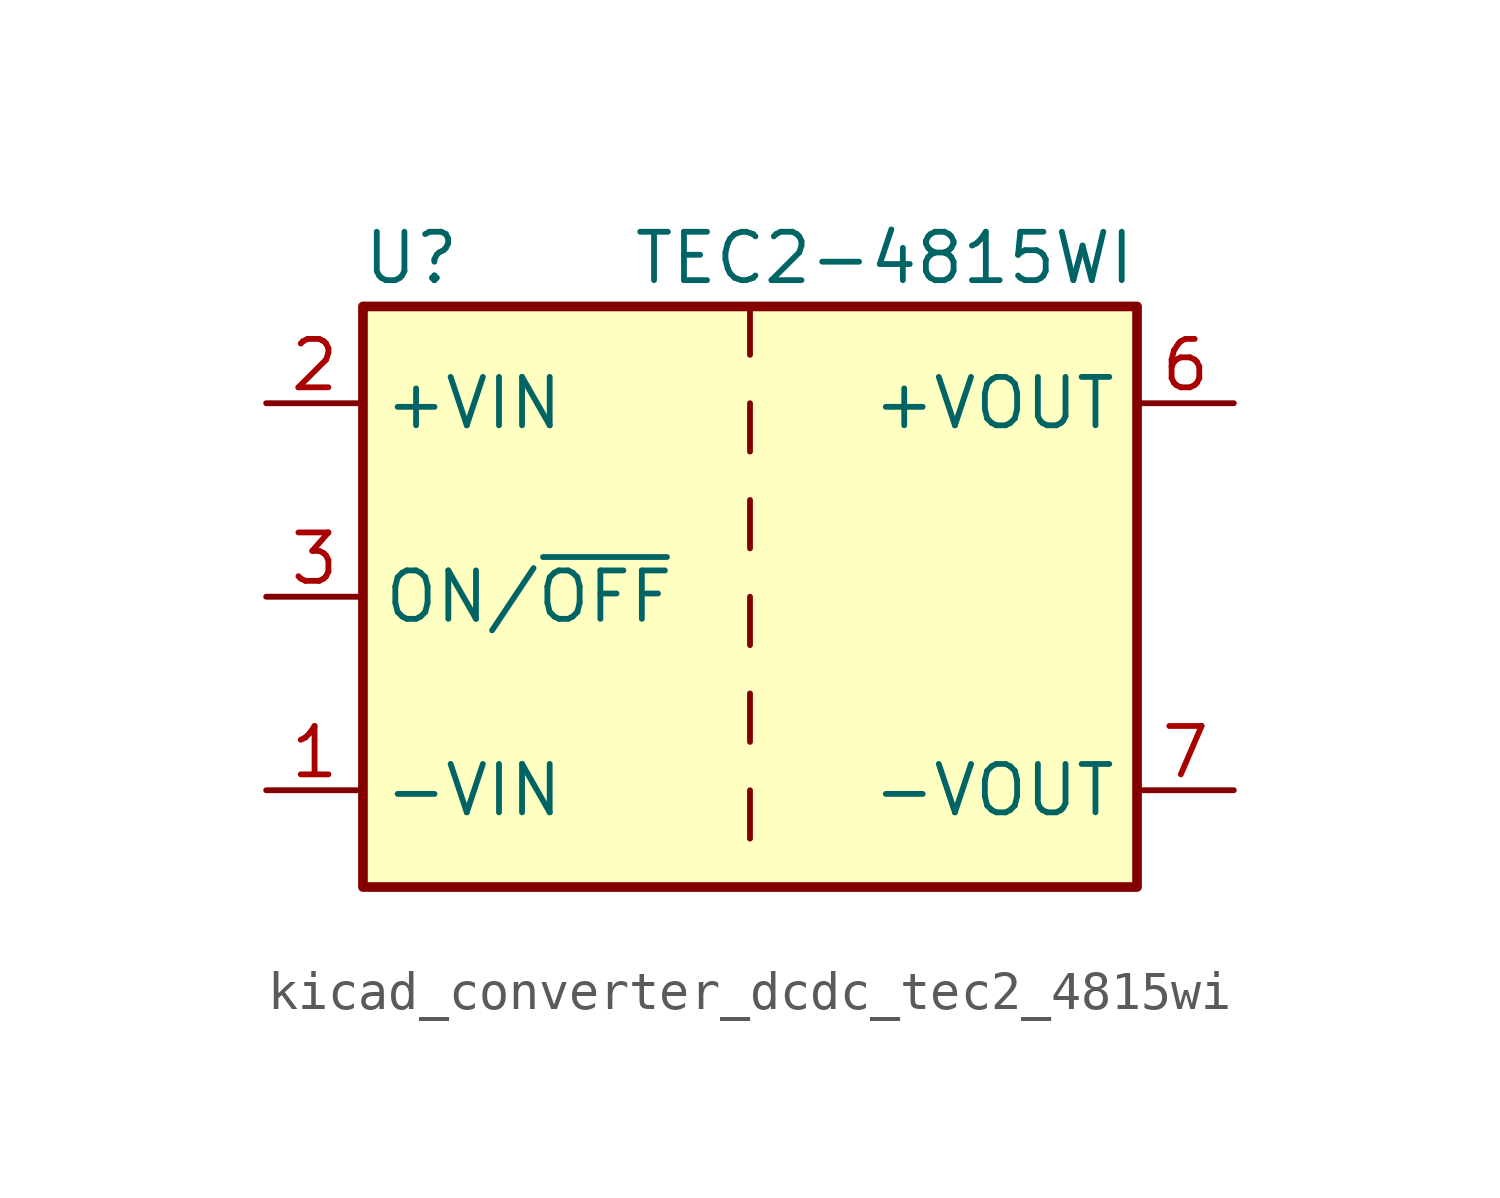
<source format=kicad_sym>
(kicad_symbol_lib
  (version 20220914)
  (generator kicad_symbol_editor)
  (symbol "kicad_converter_dcdc_tec2_4815wi"
    (property "Reference" "U"
      (at -8.89 8.89 0)
      (effects (font (size 1.27 1.27))))
    (property "Value" "TEC2-4815WI"
      (at 10.16 8.89 0)
      (effects (font (size 1.27 1.27)) (justify right)))
    (symbol "kicad_converter_dcdc_tec2_4815wi_0_1"
      (rectangle (start -10.16 7.62) (end 10.16 -7.62) (stroke (width 0.254) (type default)) (fill (type background)))
      (polyline (pts (xy 0 -5.08) (xy 0 -6.35)) (stroke (width 0) (type default)) (fill (type none)))
      (polyline (pts (xy 0 -2.54) (xy 0 -3.81)) (stroke (width 0) (type default)) (fill (type none)))
      (polyline (pts (xy 0 0) (xy 0 -1.27)) (stroke (width 0) (type default)) (fill (type none)))
      (polyline (pts (xy 0 2.54) (xy 0 1.27)) (stroke (width 0) (type default)) (fill (type none)))
      (polyline (pts (xy 0 5.08) (xy 0 3.81)) (stroke (width 0) (type default)) (fill (type none)))
      (polyline (pts (xy 0 7.62) (xy 0 6.35)) (stroke (width 0) (type default)) (fill (type none))))
    (symbol "kicad_converter_dcdc_tec2_4815wi_1_1"
      (pin power_in line (at -12.7 -5.08 0) (length 2.54) (name "-VIN" (effects (font (size 1.27 1.27)))) (number "1" (effects (font (size 1.27 1.27)))))
      (pin power_in line (at -12.7 5.08 0) (length 2.54) (name "+VIN" (effects (font (size 1.27 1.27)))) (number "2" (effects (font (size 1.27 1.27)))))
      (pin input line (at -12.7 0 0) (length 2.54) (name "ON/~{OFF}" (effects (font (size 1.27 1.27)))) (number "3" (effects (font (size 1.27 1.27)))))
      (pin no_connect line (at 10.16 2.54 180) (length 2.54) hide (name "NC" (effects (font (size 1.27 1.27)))) (number "5" (effects (font (size 1.27 1.27)))))
      (pin power_out line (at 12.7 5.08 180) (length 2.54) (name "+VOUT" (effects (font (size 1.27 1.27)))) (number "6" (effects (font (size 1.27 1.27)))))
      (pin power_out line (at 12.7 -5.08 180) (length 2.54) (name "-VOUT" (effects (font (size 1.27 1.27)))) (number "7" (effects (font (size 1.27 1.27)))))
      (pin no_connect line (at 10.16 0 180) (length 2.54) hide (name "NC" (effects (font (size 1.27 1.27)))) (number "8" (effects (font (size 1.27 1.27))))))))
</source>
